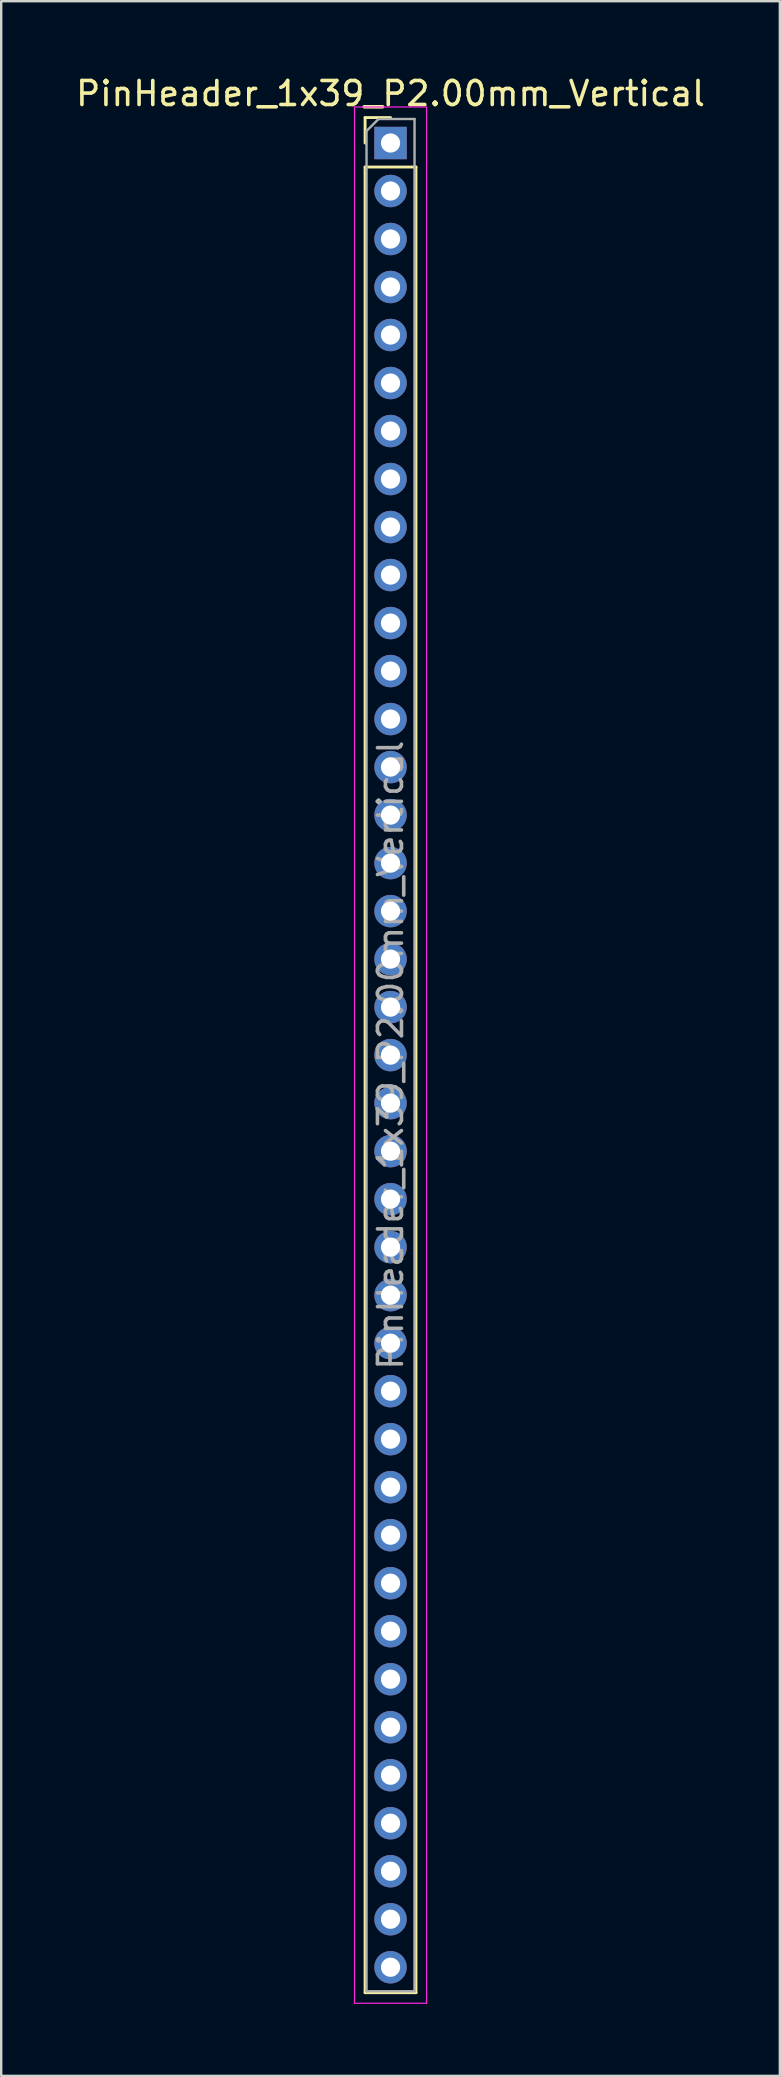
<source format=kicad_pcb>
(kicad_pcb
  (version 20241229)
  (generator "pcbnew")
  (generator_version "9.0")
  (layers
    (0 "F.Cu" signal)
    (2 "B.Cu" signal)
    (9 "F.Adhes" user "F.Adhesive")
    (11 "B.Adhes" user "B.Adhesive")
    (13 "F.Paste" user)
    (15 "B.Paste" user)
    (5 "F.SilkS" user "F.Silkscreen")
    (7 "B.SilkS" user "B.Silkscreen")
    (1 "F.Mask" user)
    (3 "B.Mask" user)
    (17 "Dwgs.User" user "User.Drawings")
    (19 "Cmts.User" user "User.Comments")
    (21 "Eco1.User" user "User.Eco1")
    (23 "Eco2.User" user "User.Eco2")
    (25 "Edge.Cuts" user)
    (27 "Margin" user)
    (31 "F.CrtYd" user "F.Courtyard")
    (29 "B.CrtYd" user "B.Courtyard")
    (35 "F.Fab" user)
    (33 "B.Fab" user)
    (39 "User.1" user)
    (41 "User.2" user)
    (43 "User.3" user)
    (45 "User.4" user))
  (footprint "PinHeader_1x39_P2.00mm_Vertical"
    (layer "F.Cu")
    (at 13.22 2.908)
    (property "Reference" "PinHeader_1x39_P2.00mm_Vertical" (at 0 -2.06 0) (layer "F.SilkS") (effects (font (size 1 1) (thickness 0.15))))
    (attr through_hole)
    (fp_line (start -1.06 -1.06) (end 0 -1.06) (stroke (width 0.12) (type solid)) (layer "F.SilkS"))
    (fp_line (start -1.06 0) (end -1.06 -1.06) (stroke (width 0.12) (type solid)) (layer "F.SilkS"))
    (fp_line (start -1.06 1) (end -1.06 77.06) (stroke (width 0.12) (type solid)) (layer "F.SilkS"))
    (fp_line (start -1.06 1) (end 1.06 1) (stroke (width 0.12) (type solid)) (layer "F.SilkS"))
    (fp_line (start -1.06 77.06) (end 1.06 77.06) (stroke (width 0.12) (type solid)) (layer "F.SilkS"))
    (fp_line (start 1.06 1) (end 1.06 77.06) (stroke (width 0.12) (type solid)) (layer "F.SilkS"))
    (fp_line (start -1.5 -1.5) (end -1.5 77.5) (stroke (width 0.05) (type solid)) (layer "F.CrtYd"))
    (fp_line (start -1.5 77.5) (end 1.5 77.5) (stroke (width 0.05) (type solid)) (layer "F.CrtYd"))
    (fp_line (start 1.5 -1.5) (end -1.5 -1.5) (stroke (width 0.05) (type solid)) (layer "F.CrtYd"))
    (fp_line (start 1.5 77.5) (end 1.5 -1.5) (stroke (width 0.05) (type solid)) (layer "F.CrtYd"))
    (fp_line (start -1 -0.5) (end -0.5 -1) (stroke (width 0.1) (type solid)) (layer "F.Fab"))
    (fp_line (start -1 77) (end -1 -0.5) (stroke (width 0.1) (type solid)) (layer "F.Fab"))
    (fp_line (start -0.5 -1) (end 1 -1) (stroke (width 0.1) (type solid)) (layer "F.Fab"))
    (fp_line (start 1 -1) (end 1 77) (stroke (width 0.1) (type solid)) (layer "F.Fab"))
    (fp_line (start 1 77) (end -1 77) (stroke (width 0.1) (type solid)) (layer "F.Fab"))
    (fp_text user "${REFERENCE}" (at 0 38 90) (layer "F.Fab") (effects (font (size 1 1) (thickness 0.15))))
    (pad "1" thru_hole rect (at 0 0) (size 1.35 1.35) (drill 0.8) (layers "*.Cu" "*.Mask"))
    (pad "2" thru_hole oval (at 0 2) (size 1.35 1.35) (drill 0.8) (layers "*.Cu" "*.Mask"))
    (pad "3" thru_hole oval (at 0 4) (size 1.35 1.35) (drill 0.8) (layers "*.Cu" "*.Mask"))
    (pad "4" thru_hole oval (at 0 6) (size 1.35 1.35) (drill 0.8) (layers "*.Cu" "*.Mask"))
    (pad "5" thru_hole oval (at 0 8) (size 1.35 1.35) (drill 0.8) (layers "*.Cu" "*.Mask"))
    (pad "6" thru_hole oval (at 0 10) (size 1.35 1.35) (drill 0.8) (layers "*.Cu" "*.Mask"))
    (pad "7" thru_hole oval (at 0 12) (size 1.35 1.35) (drill 0.8) (layers "*.Cu" "*.Mask"))
    (pad "8" thru_hole oval (at 0 14) (size 1.35 1.35) (drill 0.8) (layers "*.Cu" "*.Mask"))
    (pad "9" thru_hole oval (at 0 16) (size 1.35 1.35) (drill 0.8) (layers "*.Cu" "*.Mask"))
    (pad "10" thru_hole oval (at 0 18) (size 1.35 1.35) (drill 0.8) (layers "*.Cu" "*.Mask"))
    (pad "11" thru_hole oval (at 0 20) (size 1.35 1.35) (drill 0.8) (layers "*.Cu" "*.Mask"))
    (pad "12" thru_hole oval (at 0 22) (size 1.35 1.35) (drill 0.8) (layers "*.Cu" "*.Mask"))
    (pad "13" thru_hole oval (at 0 24) (size 1.35 1.35) (drill 0.8) (layers "*.Cu" "*.Mask"))
    (pad "14" thru_hole oval (at 0 26) (size 1.35 1.35) (drill 0.8) (layers "*.Cu" "*.Mask"))
    (pad "15" thru_hole oval (at 0 28) (size 1.35 1.35) (drill 0.8) (layers "*.Cu" "*.Mask"))
    (pad "16" thru_hole oval (at 0 30) (size 1.35 1.35) (drill 0.8) (layers "*.Cu" "*.Mask"))
    (pad "17" thru_hole oval (at 0 32) (size 1.35 1.35) (drill 0.8) (layers "*.Cu" "*.Mask"))
    (pad "18" thru_hole oval (at 0 34) (size 1.35 1.35) (drill 0.8) (layers "*.Cu" "*.Mask"))
    (pad "19" thru_hole oval (at 0 36) (size 1.35 1.35) (drill 0.8) (layers "*.Cu" "*.Mask"))
    (pad "20" thru_hole oval (at 0 38) (size 1.35 1.35) (drill 0.8) (layers "*.Cu" "*.Mask"))
    (pad "21" thru_hole oval (at 0 40) (size 1.35 1.35) (drill 0.8) (layers "*.Cu" "*.Mask"))
    (pad "22" thru_hole oval (at 0 42) (size 1.35 1.35) (drill 0.8) (layers "*.Cu" "*.Mask"))
    (pad "23" thru_hole oval (at 0 44) (size 1.35 1.35) (drill 0.8) (layers "*.Cu" "*.Mask"))
    (pad "24" thru_hole oval (at 0 46) (size 1.35 1.35) (drill 0.8) (layers "*.Cu" "*.Mask"))
    (pad "25" thru_hole oval (at 0 48) (size 1.35 1.35) (drill 0.8) (layers "*.Cu" "*.Mask"))
    (pad "26" thru_hole oval (at 0 50) (size 1.35 1.35) (drill 0.8) (layers "*.Cu" "*.Mask"))
    (pad "27" thru_hole oval (at 0 52) (size 1.35 1.35) (drill 0.8) (layers "*.Cu" "*.Mask"))
    (pad "28" thru_hole oval (at 0 54) (size 1.35 1.35) (drill 0.8) (layers "*.Cu" "*.Mask"))
    (pad "29" thru_hole oval (at 0 56) (size 1.35 1.35) (drill 0.8) (layers "*.Cu" "*.Mask"))
    (pad "30" thru_hole oval (at 0 58) (size 1.35 1.35) (drill 0.8) (layers "*.Cu" "*.Mask"))
    (pad "31" thru_hole oval (at 0 60) (size 1.35 1.35) (drill 0.8) (layers "*.Cu" "*.Mask"))
    (pad "32" thru_hole oval (at 0 62) (size 1.35 1.35) (drill 0.8) (layers "*.Cu" "*.Mask"))
    (pad "33" thru_hole oval (at 0 64) (size 1.35 1.35) (drill 0.8) (layers "*.Cu" "*.Mask"))
    (pad "34" thru_hole oval (at 0 66) (size 1.35 1.35) (drill 0.8) (layers "*.Cu" "*.Mask"))
    (pad "35" thru_hole oval (at 0 68) (size 1.35 1.35) (drill 0.8) (layers "*.Cu" "*.Mask"))
    (pad "36" thru_hole oval (at 0 70) (size 1.35 1.35) (drill 0.8) (layers "*.Cu" "*.Mask"))
    (pad "37" thru_hole oval (at 0 72) (size 1.35 1.35) (drill 0.8) (layers "*.Cu" "*.Mask"))
    (pad "38" thru_hole oval (at 0 74) (size 1.35 1.35) (drill 0.8) (layers "*.Cu" "*.Mask"))
    (pad "39" thru_hole oval (at 0 76) (size 1.35 1.35) (drill 0.8) (layers "*.Cu" "*.Mask")))
  (gr_rect
    (start -3 -3)
    (end 29.44 83.433)
    (stroke (width 0.1) (type default))
    (fill no)
    (layer "Edge.Cuts")))
</source>
